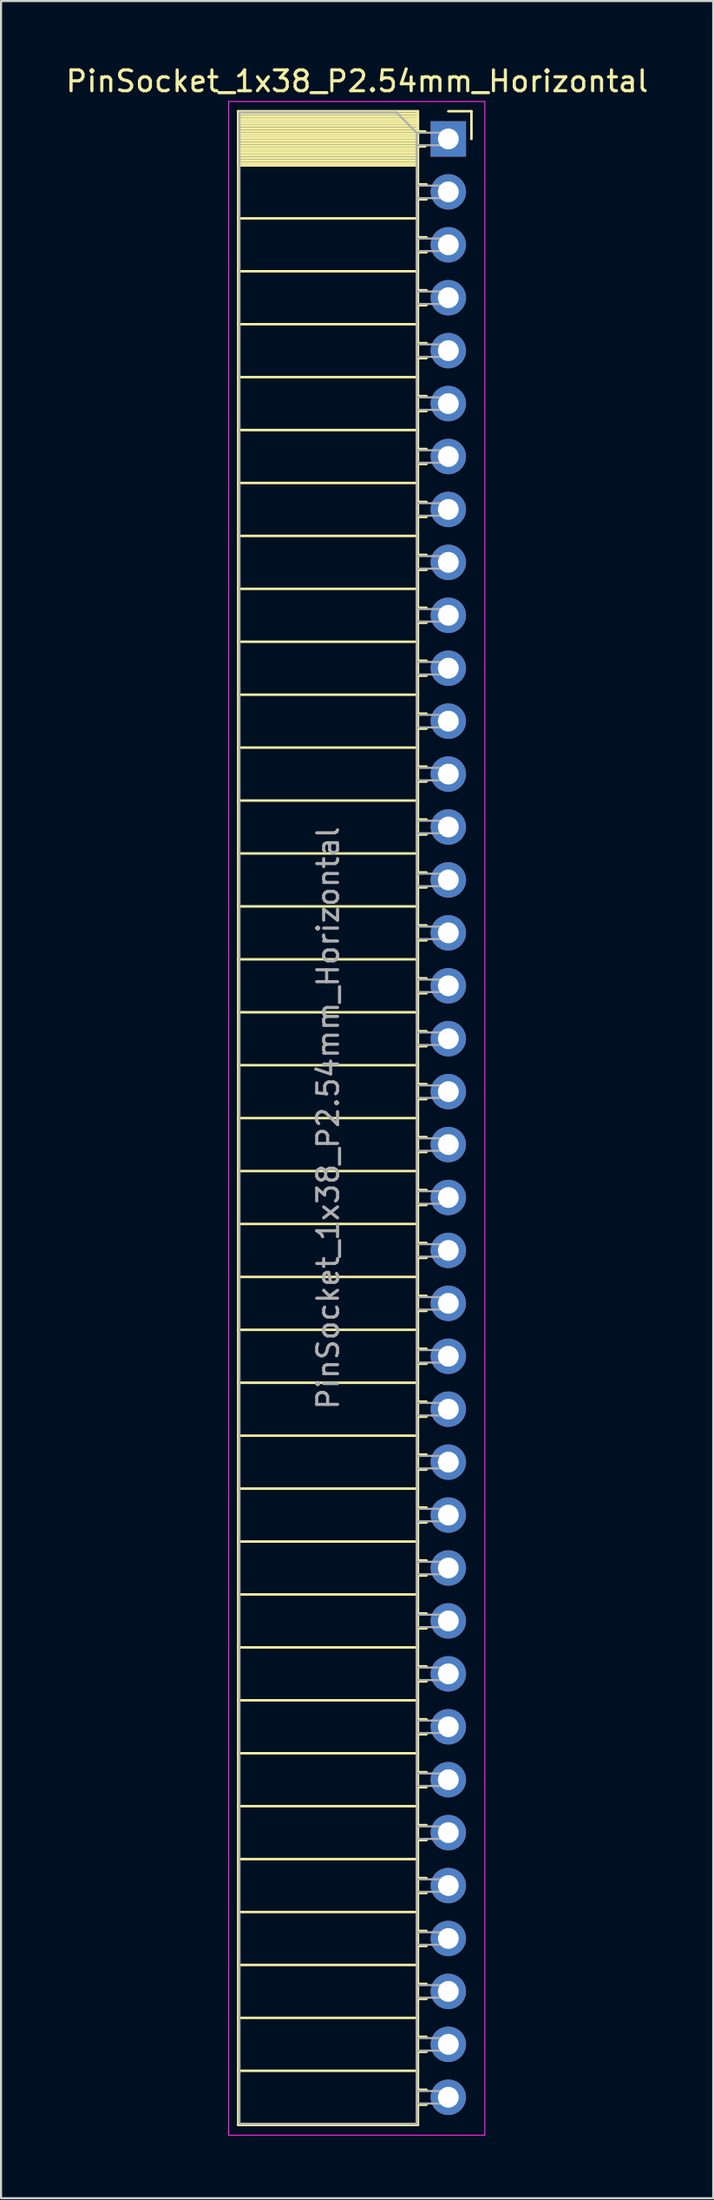
<source format=kicad_pcb>
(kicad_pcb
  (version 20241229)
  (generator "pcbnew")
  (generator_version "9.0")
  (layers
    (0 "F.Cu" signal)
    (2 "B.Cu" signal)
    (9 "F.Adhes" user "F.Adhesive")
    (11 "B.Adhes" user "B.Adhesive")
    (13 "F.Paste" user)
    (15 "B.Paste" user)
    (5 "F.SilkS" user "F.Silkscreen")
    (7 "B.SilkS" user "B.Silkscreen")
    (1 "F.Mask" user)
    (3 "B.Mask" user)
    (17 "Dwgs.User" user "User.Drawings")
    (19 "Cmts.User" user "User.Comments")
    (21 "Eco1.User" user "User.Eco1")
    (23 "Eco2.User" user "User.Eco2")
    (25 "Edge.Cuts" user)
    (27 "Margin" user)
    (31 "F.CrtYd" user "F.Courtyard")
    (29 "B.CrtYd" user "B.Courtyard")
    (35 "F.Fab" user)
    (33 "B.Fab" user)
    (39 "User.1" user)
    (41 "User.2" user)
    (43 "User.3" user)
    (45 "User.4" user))
  (footprint "PinSocket_1x38_P2.54mm_Horizontal"
    (layer "F.Cu")
    (at 18.481 3.618)
    (property "Reference" "PinSocket_1x38_P2.54mm_Horizontal" (at -4.38 -2.77 0) (layer "F.SilkS") (effects (font (size 1 1) (thickness 0.15))))
    (attr through_hole)
    (fp_line (start -10.09 -1.33) (end -10.09 95.31) (stroke (width 0.12) (type solid)) (layer "F.SilkS"))
    (fp_line (start -10.09 -1.33) (end -1.46 -1.33) (stroke (width 0.12) (type solid)) (layer "F.SilkS"))
    (fp_line (start -10.09 -1.21) (end -1.46 -1.21) (stroke (width 0.12) (type solid)) (layer "F.SilkS"))
    (fp_line (start -10.09 -1.092) (end -1.46 -1.092) (stroke (width 0.12) (type solid)) (layer "F.SilkS"))
    (fp_line (start -10.09 -0.974) (end -1.46 -0.974) (stroke (width 0.12) (type solid)) (layer "F.SilkS"))
    (fp_line (start -10.09 -0.856) (end -1.46 -0.856) (stroke (width 0.12) (type solid)) (layer "F.SilkS"))
    (fp_line (start -10.09 -0.738) (end -1.46 -0.738) (stroke (width 0.12) (type solid)) (layer "F.SilkS"))
    (fp_line (start -10.09 -0.62) (end -1.46 -0.62) (stroke (width 0.12) (type solid)) (layer "F.SilkS"))
    (fp_line (start -10.09 -0.501) (end -1.46 -0.501) (stroke (width 0.12) (type solid)) (layer "F.SilkS"))
    (fp_line (start -10.09 -0.383) (end -1.46 -0.383) (stroke (width 0.12) (type solid)) (layer "F.SilkS"))
    (fp_line (start -10.09 -0.265) (end -1.46 -0.265) (stroke (width 0.12) (type solid)) (layer "F.SilkS"))
    (fp_line (start -10.09 -0.147) (end -1.46 -0.147) (stroke (width 0.12) (type solid)) (layer "F.SilkS"))
    (fp_line (start -10.09 -0.029) (end -1.46 -0.029) (stroke (width 0.12) (type solid)) (layer "F.SilkS"))
    (fp_line (start -10.09 0.089) (end -1.46 0.089) (stroke (width 0.12) (type solid)) (layer "F.SilkS"))
    (fp_line (start -10.09 0.207) (end -1.46 0.207) (stroke (width 0.12) (type solid)) (layer "F.SilkS"))
    (fp_line (start -10.09 0.325) (end -1.46 0.325) (stroke (width 0.12) (type solid)) (layer "F.SilkS"))
    (fp_line (start -10.09 0.443) (end -1.46 0.443) (stroke (width 0.12) (type solid)) (layer "F.SilkS"))
    (fp_line (start -10.09 0.561) (end -1.46 0.561) (stroke (width 0.12) (type solid)) (layer "F.SilkS"))
    (fp_line (start -10.09 0.68) (end -1.46 0.68) (stroke (width 0.12) (type solid)) (layer "F.SilkS"))
    (fp_line (start -10.09 0.798) (end -1.46 0.798) (stroke (width 0.12) (type solid)) (layer "F.SilkS"))
    (fp_line (start -10.09 0.916) (end -1.46 0.916) (stroke (width 0.12) (type solid)) (layer "F.SilkS"))
    (fp_line (start -10.09 1.034) (end -1.46 1.034) (stroke (width 0.12) (type solid)) (layer "F.SilkS"))
    (fp_line (start -10.09 1.152) (end -1.46 1.152) (stroke (width 0.12) (type solid)) (layer "F.SilkS"))
    (fp_line (start -10.09 1.27) (end -1.46 1.27) (stroke (width 0.12) (type solid)) (layer "F.SilkS"))
    (fp_line (start -10.09 3.81) (end -1.46 3.81) (stroke (width 0.12) (type solid)) (layer "F.SilkS"))
    (fp_line (start -10.09 6.35) (end -1.46 6.35) (stroke (width 0.12) (type solid)) (layer "F.SilkS"))
    (fp_line (start -10.09 8.89) (end -1.46 8.89) (stroke (width 0.12) (type solid)) (layer "F.SilkS"))
    (fp_line (start -10.09 11.43) (end -1.46 11.43) (stroke (width 0.12) (type solid)) (layer "F.SilkS"))
    (fp_line (start -10.09 13.97) (end -1.46 13.97) (stroke (width 0.12) (type solid)) (layer "F.SilkS"))
    (fp_line (start -10.09 16.51) (end -1.46 16.51) (stroke (width 0.12) (type solid)) (layer "F.SilkS"))
    (fp_line (start -10.09 19.05) (end -1.46 19.05) (stroke (width 0.12) (type solid)) (layer "F.SilkS"))
    (fp_line (start -10.09 21.59) (end -1.46 21.59) (stroke (width 0.12) (type solid)) (layer "F.SilkS"))
    (fp_line (start -10.09 24.13) (end -1.46 24.13) (stroke (width 0.12) (type solid)) (layer "F.SilkS"))
    (fp_line (start -10.09 26.67) (end -1.46 26.67) (stroke (width 0.12) (type solid)) (layer "F.SilkS"))
    (fp_line (start -10.09 29.21) (end -1.46 29.21) (stroke (width 0.12) (type solid)) (layer "F.SilkS"))
    (fp_line (start -10.09 31.75) (end -1.46 31.75) (stroke (width 0.12) (type solid)) (layer "F.SilkS"))
    (fp_line (start -10.09 34.29) (end -1.46 34.29) (stroke (width 0.12) (type solid)) (layer "F.SilkS"))
    (fp_line (start -10.09 36.83) (end -1.46 36.83) (stroke (width 0.12) (type solid)) (layer "F.SilkS"))
    (fp_line (start -10.09 39.37) (end -1.46 39.37) (stroke (width 0.12) (type solid)) (layer "F.SilkS"))
    (fp_line (start -10.09 41.91) (end -1.46 41.91) (stroke (width 0.12) (type solid)) (layer "F.SilkS"))
    (fp_line (start -10.09 44.45) (end -1.46 44.45) (stroke (width 0.12) (type solid)) (layer "F.SilkS"))
    (fp_line (start -10.09 46.99) (end -1.46 46.99) (stroke (width 0.12) (type solid)) (layer "F.SilkS"))
    (fp_line (start -10.09 49.53) (end -1.46 49.53) (stroke (width 0.12) (type solid)) (layer "F.SilkS"))
    (fp_line (start -10.09 52.07) (end -1.46 52.07) (stroke (width 0.12) (type solid)) (layer "F.SilkS"))
    (fp_line (start -10.09 54.61) (end -1.46 54.61) (stroke (width 0.12) (type solid)) (layer "F.SilkS"))
    (fp_line (start -10.09 57.15) (end -1.46 57.15) (stroke (width 0.12) (type solid)) (layer "F.SilkS"))
    (fp_line (start -10.09 59.69) (end -1.46 59.69) (stroke (width 0.12) (type solid)) (layer "F.SilkS"))
    (fp_line (start -10.09 62.23) (end -1.46 62.23) (stroke (width 0.12) (type solid)) (layer "F.SilkS"))
    (fp_line (start -10.09 64.77) (end -1.46 64.77) (stroke (width 0.12) (type solid)) (layer "F.SilkS"))
    (fp_line (start -10.09 67.31) (end -1.46 67.31) (stroke (width 0.12) (type solid)) (layer "F.SilkS"))
    (fp_line (start -10.09 69.85) (end -1.46 69.85) (stroke (width 0.12) (type solid)) (layer "F.SilkS"))
    (fp_line (start -10.09 72.39) (end -1.46 72.39) (stroke (width 0.12) (type solid)) (layer "F.SilkS"))
    (fp_line (start -10.09 74.93) (end -1.46 74.93) (stroke (width 0.12) (type solid)) (layer "F.SilkS"))
    (fp_line (start -10.09 77.47) (end -1.46 77.47) (stroke (width 0.12) (type solid)) (layer "F.SilkS"))
    (fp_line (start -10.09 80.01) (end -1.46 80.01) (stroke (width 0.12) (type solid)) (layer "F.SilkS"))
    (fp_line (start -10.09 82.55) (end -1.46 82.55) (stroke (width 0.12) (type solid)) (layer "F.SilkS"))
    (fp_line (start -10.09 85.09) (end -1.46 85.09) (stroke (width 0.12) (type solid)) (layer "F.SilkS"))
    (fp_line (start -10.09 87.63) (end -1.46 87.63) (stroke (width 0.12) (type solid)) (layer "F.SilkS"))
    (fp_line (start -10.09 90.17) (end -1.46 90.17) (stroke (width 0.12) (type solid)) (layer "F.SilkS"))
    (fp_line (start -10.09 92.71) (end -1.46 92.71) (stroke (width 0.12) (type solid)) (layer "F.SilkS"))
    (fp_line (start -10.09 95.31) (end -1.46 95.31) (stroke (width 0.12) (type solid)) (layer "F.SilkS"))
    (fp_line (start -1.46 -1.33) (end -1.46 95.31) (stroke (width 0.12) (type solid)) (layer "F.SilkS"))
    (fp_line (start -1.46 -0.36) (end -1.11 -0.36) (stroke (width 0.12) (type solid)) (layer "F.SilkS"))
    (fp_line (start -1.46 0.36) (end -1.11 0.36) (stroke (width 0.12) (type solid)) (layer "F.SilkS"))
    (fp_line (start -1.46 2.18) (end -1.05 2.18) (stroke (width 0.12) (type solid)) (layer "F.SilkS"))
    (fp_line (start -1.46 2.9) (end -1.05 2.9) (stroke (width 0.12) (type solid)) (layer "F.SilkS"))
    (fp_line (start -1.46 4.72) (end -1.05 4.72) (stroke (width 0.12) (type solid)) (layer "F.SilkS"))
    (fp_line (start -1.46 5.44) (end -1.05 5.44) (stroke (width 0.12) (type solid)) (layer "F.SilkS"))
    (fp_line (start -1.46 7.26) (end -1.05 7.26) (stroke (width 0.12) (type solid)) (layer "F.SilkS"))
    (fp_line (start -1.46 7.98) (end -1.05 7.98) (stroke (width 0.12) (type solid)) (layer "F.SilkS"))
    (fp_line (start -1.46 9.8) (end -1.05 9.8) (stroke (width 0.12) (type solid)) (layer "F.SilkS"))
    (fp_line (start -1.46 10.52) (end -1.05 10.52) (stroke (width 0.12) (type solid)) (layer "F.SilkS"))
    (fp_line (start -1.46 12.34) (end -1.05 12.34) (stroke (width 0.12) (type solid)) (layer "F.SilkS"))
    (fp_line (start -1.46 13.06) (end -1.05 13.06) (stroke (width 0.12) (type solid)) (layer "F.SilkS"))
    (fp_line (start -1.46 14.88) (end -1.05 14.88) (stroke (width 0.12) (type solid)) (layer "F.SilkS"))
    (fp_line (start -1.46 15.6) (end -1.05 15.6) (stroke (width 0.12) (type solid)) (layer "F.SilkS"))
    (fp_line (start -1.46 17.42) (end -1.05 17.42) (stroke (width 0.12) (type solid)) (layer "F.SilkS"))
    (fp_line (start -1.46 18.14) (end -1.05 18.14) (stroke (width 0.12) (type solid)) (layer "F.SilkS"))
    (fp_line (start -1.46 19.96) (end -1.05 19.96) (stroke (width 0.12) (type solid)) (layer "F.SilkS"))
    (fp_line (start -1.46 20.68) (end -1.05 20.68) (stroke (width 0.12) (type solid)) (layer "F.SilkS"))
    (fp_line (start -1.46 22.5) (end -1.05 22.5) (stroke (width 0.12) (type solid)) (layer "F.SilkS"))
    (fp_line (start -1.46 23.22) (end -1.05 23.22) (stroke (width 0.12) (type solid)) (layer "F.SilkS"))
    (fp_line (start -1.46 25.04) (end -1.05 25.04) (stroke (width 0.12) (type solid)) (layer "F.SilkS"))
    (fp_line (start -1.46 25.76) (end -1.05 25.76) (stroke (width 0.12) (type solid)) (layer "F.SilkS"))
    (fp_line (start -1.46 27.58) (end -1.05 27.58) (stroke (width 0.12) (type solid)) (layer "F.SilkS"))
    (fp_line (start -1.46 28.3) (end -1.05 28.3) (stroke (width 0.12) (type solid)) (layer "F.SilkS"))
    (fp_line (start -1.46 30.12) (end -1.05 30.12) (stroke (width 0.12) (type solid)) (layer "F.SilkS"))
    (fp_line (start -1.46 30.84) (end -1.05 30.84) (stroke (width 0.12) (type solid)) (layer "F.SilkS"))
    (fp_line (start -1.46 32.66) (end -1.05 32.66) (stroke (width 0.12) (type solid)) (layer "F.SilkS"))
    (fp_line (start -1.46 33.38) (end -1.05 33.38) (stroke (width 0.12) (type solid)) (layer "F.SilkS"))
    (fp_line (start -1.46 35.2) (end -1.05 35.2) (stroke (width 0.12) (type solid)) (layer "F.SilkS"))
    (fp_line (start -1.46 35.92) (end -1.05 35.92) (stroke (width 0.12) (type solid)) (layer "F.SilkS"))
    (fp_line (start -1.46 37.74) (end -1.05 37.74) (stroke (width 0.12) (type solid)) (layer "F.SilkS"))
    (fp_line (start -1.46 38.46) (end -1.05 38.46) (stroke (width 0.12) (type solid)) (layer "F.SilkS"))
    (fp_line (start -1.46 40.28) (end -1.05 40.28) (stroke (width 0.12) (type solid)) (layer "F.SilkS"))
    (fp_line (start -1.46 41) (end -1.05 41) (stroke (width 0.12) (type solid)) (layer "F.SilkS"))
    (fp_line (start -1.46 42.82) (end -1.05 42.82) (stroke (width 0.12) (type solid)) (layer "F.SilkS"))
    (fp_line (start -1.46 43.54) (end -1.05 43.54) (stroke (width 0.12) (type solid)) (layer "F.SilkS"))
    (fp_line (start -1.46 45.36) (end -1.05 45.36) (stroke (width 0.12) (type solid)) (layer "F.SilkS"))
    (fp_line (start -1.46 46.08) (end -1.05 46.08) (stroke (width 0.12) (type solid)) (layer "F.SilkS"))
    (fp_line (start -1.46 47.9) (end -1.05 47.9) (stroke (width 0.12) (type solid)) (layer "F.SilkS"))
    (fp_line (start -1.46 48.62) (end -1.05 48.62) (stroke (width 0.12) (type solid)) (layer "F.SilkS"))
    (fp_line (start -1.46 50.44) (end -1.05 50.44) (stroke (width 0.12) (type solid)) (layer "F.SilkS"))
    (fp_line (start -1.46 51.16) (end -1.05 51.16) (stroke (width 0.12) (type solid)) (layer "F.SilkS"))
    (fp_line (start -1.46 52.98) (end -1.05 52.98) (stroke (width 0.12) (type solid)) (layer "F.SilkS"))
    (fp_line (start -1.46 53.7) (end -1.05 53.7) (stroke (width 0.12) (type solid)) (layer "F.SilkS"))
    (fp_line (start -1.46 55.52) (end -1.05 55.52) (stroke (width 0.12) (type solid)) (layer "F.SilkS"))
    (fp_line (start -1.46 56.24) (end -1.05 56.24) (stroke (width 0.12) (type solid)) (layer "F.SilkS"))
    (fp_line (start -1.46 58.06) (end -1.05 58.06) (stroke (width 0.12) (type solid)) (layer "F.SilkS"))
    (fp_line (start -1.46 58.78) (end -1.05 58.78) (stroke (width 0.12) (type solid)) (layer "F.SilkS"))
    (fp_line (start -1.46 60.6) (end -1.05 60.6) (stroke (width 0.12) (type solid)) (layer "F.SilkS"))
    (fp_line (start -1.46 61.32) (end -1.05 61.32) (stroke (width 0.12) (type solid)) (layer "F.SilkS"))
    (fp_line (start -1.46 63.14) (end -1.05 63.14) (stroke (width 0.12) (type solid)) (layer "F.SilkS"))
    (fp_line (start -1.46 63.86) (end -1.05 63.86) (stroke (width 0.12) (type solid)) (layer "F.SilkS"))
    (fp_line (start -1.46 65.68) (end -1.05 65.68) (stroke (width 0.12) (type solid)) (layer "F.SilkS"))
    (fp_line (start -1.46 66.4) (end -1.05 66.4) (stroke (width 0.12) (type solid)) (layer "F.SilkS"))
    (fp_line (start -1.46 68.22) (end -1.05 68.22) (stroke (width 0.12) (type solid)) (layer "F.SilkS"))
    (fp_line (start -1.46 68.94) (end -1.05 68.94) (stroke (width 0.12) (type solid)) (layer "F.SilkS"))
    (fp_line (start -1.46 70.76) (end -1.05 70.76) (stroke (width 0.12) (type solid)) (layer "F.SilkS"))
    (fp_line (start -1.46 71.48) (end -1.05 71.48) (stroke (width 0.12) (type solid)) (layer "F.SilkS"))
    (fp_line (start -1.46 73.3) (end -1.05 73.3) (stroke (width 0.12) (type solid)) (layer "F.SilkS"))
    (fp_line (start -1.46 74.02) (end -1.05 74.02) (stroke (width 0.12) (type solid)) (layer "F.SilkS"))
    (fp_line (start -1.46 75.84) (end -1.05 75.84) (stroke (width 0.12) (type solid)) (layer "F.SilkS"))
    (fp_line (start -1.46 76.56) (end -1.05 76.56) (stroke (width 0.12) (type solid)) (layer "F.SilkS"))
    (fp_line (start -1.46 78.38) (end -1.05 78.38) (stroke (width 0.12) (type solid)) (layer "F.SilkS"))
    (fp_line (start -1.46 79.1) (end -1.05 79.1) (stroke (width 0.12) (type solid)) (layer "F.SilkS"))
    (fp_line (start -1.46 80.92) (end -1.05 80.92) (stroke (width 0.12) (type solid)) (layer "F.SilkS"))
    (fp_line (start -1.46 81.64) (end -1.05 81.64) (stroke (width 0.12) (type solid)) (layer "F.SilkS"))
    (fp_line (start -1.46 83.46) (end -1.05 83.46) (stroke (width 0.12) (type solid)) (layer "F.SilkS"))
    (fp_line (start -1.46 84.18) (end -1.05 84.18) (stroke (width 0.12) (type solid)) (layer "F.SilkS"))
    (fp_line (start -1.46 86) (end -1.05 86) (stroke (width 0.12) (type solid)) (layer "F.SilkS"))
    (fp_line (start -1.46 86.72) (end -1.05 86.72) (stroke (width 0.12) (type solid)) (layer "F.SilkS"))
    (fp_line (start -1.46 88.54) (end -1.05 88.54) (stroke (width 0.12) (type solid)) (layer "F.SilkS"))
    (fp_line (start -1.46 89.26) (end -1.05 89.26) (stroke (width 0.12) (type solid)) (layer "F.SilkS"))
    (fp_line (start -1.46 91.08) (end -1.05 91.08) (stroke (width 0.12) (type solid)) (layer "F.SilkS"))
    (fp_line (start -1.46 91.8) (end -1.05 91.8) (stroke (width 0.12) (type solid)) (layer "F.SilkS"))
    (fp_line (start -1.46 93.62) (end -1.05 93.62) (stroke (width 0.12) (type solid)) (layer "F.SilkS"))
    (fp_line (start -1.46 94.34) (end -1.05 94.34) (stroke (width 0.12) (type solid)) (layer "F.SilkS"))
    (fp_line (start 0 -1.33) (end 1.11 -1.33) (stroke (width 0.12) (type solid)) (layer "F.SilkS"))
    (fp_line (start 1.11 -1.33) (end 1.11 0) (stroke (width 0.12) (type solid)) (layer "F.SilkS"))
    (fp_line (start -10.55 -1.8) (end -10.55 95.8) (stroke (width 0.05) (type solid)) (layer "F.CrtYd"))
    (fp_line (start -10.55 95.8) (end 1.75 95.8) (stroke (width 0.05) (type solid)) (layer "F.CrtYd"))
    (fp_line (start 1.75 -1.8) (end -10.55 -1.8) (stroke (width 0.05) (type solid)) (layer "F.CrtYd"))
    (fp_line (start 1.75 95.8) (end 1.75 -1.8) (stroke (width 0.05) (type solid)) (layer "F.CrtYd"))
    (fp_line (start -10.03 -1.27) (end -2.49 -1.27) (stroke (width 0.1) (type solid)) (layer "F.Fab"))
    (fp_line (start -10.03 95.25) (end -10.03 -1.27) (stroke (width 0.1) (type solid)) (layer "F.Fab"))
    (fp_line (start -2.49 -1.27) (end -1.52 -0.3) (stroke (width 0.1) (type solid)) (layer "F.Fab"))
    (fp_line (start -1.52 -0.3) (end -1.52 95.25) (stroke (width 0.1) (type solid)) (layer "F.Fab"))
    (fp_line (start -1.52 0.3) (end 0 0.3) (stroke (width 0.1) (type solid)) (layer "F.Fab"))
    (fp_line (start -1.52 2.84) (end 0 2.84) (stroke (width 0.1) (type solid)) (layer "F.Fab"))
    (fp_line (start -1.52 5.38) (end 0 5.38) (stroke (width 0.1) (type solid)) (layer "F.Fab"))
    (fp_line (start -1.52 7.92) (end 0 7.92) (stroke (width 0.1) (type solid)) (layer "F.Fab"))
    (fp_line (start -1.52 10.46) (end 0 10.46) (stroke (width 0.1) (type solid)) (layer "F.Fab"))
    (fp_line (start -1.52 13) (end 0 13) (stroke (width 0.1) (type solid)) (layer "F.Fab"))
    (fp_line (start -1.52 15.54) (end 0 15.54) (stroke (width 0.1) (type solid)) (layer "F.Fab"))
    (fp_line (start -1.52 18.08) (end 0 18.08) (stroke (width 0.1) (type solid)) (layer "F.Fab"))
    (fp_line (start -1.52 20.62) (end 0 20.62) (stroke (width 0.1) (type solid)) (layer "F.Fab"))
    (fp_line (start -1.52 23.16) (end 0 23.16) (stroke (width 0.1) (type solid)) (layer "F.Fab"))
    (fp_line (start -1.52 25.7) (end 0 25.7) (stroke (width 0.1) (type solid)) (layer "F.Fab"))
    (fp_line (start -1.52 28.24) (end 0 28.24) (stroke (width 0.1) (type solid)) (layer "F.Fab"))
    (fp_line (start -1.52 30.78) (end 0 30.78) (stroke (width 0.1) (type solid)) (layer "F.Fab"))
    (fp_line (start -1.52 33.32) (end 0 33.32) (stroke (width 0.1) (type solid)) (layer "F.Fab"))
    (fp_line (start -1.52 35.86) (end 0 35.86) (stroke (width 0.1) (type solid)) (layer "F.Fab"))
    (fp_line (start -1.52 38.4) (end 0 38.4) (stroke (width 0.1) (type solid)) (layer "F.Fab"))
    (fp_line (start -1.52 40.94) (end 0 40.94) (stroke (width 0.1) (type solid)) (layer "F.Fab"))
    (fp_line (start -1.52 43.48) (end 0 43.48) (stroke (width 0.1) (type solid)) (layer "F.Fab"))
    (fp_line (start -1.52 46.02) (end 0 46.02) (stroke (width 0.1) (type solid)) (layer "F.Fab"))
    (fp_line (start -1.52 48.56) (end 0 48.56) (stroke (width 0.1) (type solid)) (layer "F.Fab"))
    (fp_line (start -1.52 51.1) (end 0 51.1) (stroke (width 0.1) (type solid)) (layer "F.Fab"))
    (fp_line (start -1.52 53.64) (end 0 53.64) (stroke (width 0.1) (type solid)) (layer "F.Fab"))
    (fp_line (start -1.52 56.18) (end 0 56.18) (stroke (width 0.1) (type solid)) (layer "F.Fab"))
    (fp_line (start -1.52 58.72) (end 0 58.72) (stroke (width 0.1) (type solid)) (layer "F.Fab"))
    (fp_line (start -1.52 61.26) (end 0 61.26) (stroke (width 0.1) (type solid)) (layer "F.Fab"))
    (fp_line (start -1.52 63.8) (end 0 63.8) (stroke (width 0.1) (type solid)) (layer "F.Fab"))
    (fp_line (start -1.52 66.34) (end 0 66.34) (stroke (width 0.1) (type solid)) (layer "F.Fab"))
    (fp_line (start -1.52 68.88) (end 0 68.88) (stroke (width 0.1) (type solid)) (layer "F.Fab"))
    (fp_line (start -1.52 71.42) (end 0 71.42) (stroke (width 0.1) (type solid)) (layer "F.Fab"))
    (fp_line (start -1.52 73.96) (end 0 73.96) (stroke (width 0.1) (type solid)) (layer "F.Fab"))
    (fp_line (start -1.52 76.5) (end 0 76.5) (stroke (width 0.1) (type solid)) (layer "F.Fab"))
    (fp_line (start -1.52 79.04) (end 0 79.04) (stroke (width 0.1) (type solid)) (layer "F.Fab"))
    (fp_line (start -1.52 81.58) (end 0 81.58) (stroke (width 0.1) (type solid)) (layer "F.Fab"))
    (fp_line (start -1.52 84.12) (end 0 84.12) (stroke (width 0.1) (type solid)) (layer "F.Fab"))
    (fp_line (start -1.52 86.66) (end 0 86.66) (stroke (width 0.1) (type solid)) (layer "F.Fab"))
    (fp_line (start -1.52 89.2) (end 0 89.2) (stroke (width 0.1) (type solid)) (layer "F.Fab"))
    (fp_line (start -1.52 91.74) (end 0 91.74) (stroke (width 0.1) (type solid)) (layer "F.Fab"))
    (fp_line (start -1.52 94.28) (end 0 94.28) (stroke (width 0.1) (type solid)) (layer "F.Fab"))
    (fp_line (start -1.52 95.25) (end -10.03 95.25) (stroke (width 0.1) (type solid)) (layer "F.Fab"))
    (fp_line (start 0 -0.3) (end -1.52 -0.3) (stroke (width 0.1) (type solid)) (layer "F.Fab"))
    (fp_line (start 0 0.3) (end 0 -0.3) (stroke (width 0.1) (type solid)) (layer "F.Fab"))
    (fp_line (start 0 2.24) (end -1.52 2.24) (stroke (width 0.1) (type solid)) (layer "F.Fab"))
    (fp_line (start 0 2.84) (end 0 2.24) (stroke (width 0.1) (type solid)) (layer "F.Fab"))
    (fp_line (start 0 4.78) (end -1.52 4.78) (stroke (width 0.1) (type solid)) (layer "F.Fab"))
    (fp_line (start 0 5.38) (end 0 4.78) (stroke (width 0.1) (type solid)) (layer "F.Fab"))
    (fp_line (start 0 7.32) (end -1.52 7.32) (stroke (width 0.1) (type solid)) (layer "F.Fab"))
    (fp_line (start 0 7.92) (end 0 7.32) (stroke (width 0.1) (type solid)) (layer "F.Fab"))
    (fp_line (start 0 9.86) (end -1.52 9.86) (stroke (width 0.1) (type solid)) (layer "F.Fab"))
    (fp_line (start 0 10.46) (end 0 9.86) (stroke (width 0.1) (type solid)) (layer "F.Fab"))
    (fp_line (start 0 12.4) (end -1.52 12.4) (stroke (width 0.1) (type solid)) (layer "F.Fab"))
    (fp_line (start 0 13) (end 0 12.4) (stroke (width 0.1) (type solid)) (layer "F.Fab"))
    (fp_line (start 0 14.94) (end -1.52 14.94) (stroke (width 0.1) (type solid)) (layer "F.Fab"))
    (fp_line (start 0 15.54) (end 0 14.94) (stroke (width 0.1) (type solid)) (layer "F.Fab"))
    (fp_line (start 0 17.48) (end -1.52 17.48) (stroke (width 0.1) (type solid)) (layer "F.Fab"))
    (fp_line (start 0 18.08) (end 0 17.48) (stroke (width 0.1) (type solid)) (layer "F.Fab"))
    (fp_line (start 0 20.02) (end -1.52 20.02) (stroke (width 0.1) (type solid)) (layer "F.Fab"))
    (fp_line (start 0 20.62) (end 0 20.02) (stroke (width 0.1) (type solid)) (layer "F.Fab"))
    (fp_line (start 0 22.56) (end -1.52 22.56) (stroke (width 0.1) (type solid)) (layer "F.Fab"))
    (fp_line (start 0 23.16) (end 0 22.56) (stroke (width 0.1) (type solid)) (layer "F.Fab"))
    (fp_line (start 0 25.1) (end -1.52 25.1) (stroke (width 0.1) (type solid)) (layer "F.Fab"))
    (fp_line (start 0 25.7) (end 0 25.1) (stroke (width 0.1) (type solid)) (layer "F.Fab"))
    (fp_line (start 0 27.64) (end -1.52 27.64) (stroke (width 0.1) (type solid)) (layer "F.Fab"))
    (fp_line (start 0 28.24) (end 0 27.64) (stroke (width 0.1) (type solid)) (layer "F.Fab"))
    (fp_line (start 0 30.18) (end -1.52 30.18) (stroke (width 0.1) (type solid)) (layer "F.Fab"))
    (fp_line (start 0 30.78) (end 0 30.18) (stroke (width 0.1) (type solid)) (layer "F.Fab"))
    (fp_line (start 0 32.72) (end -1.52 32.72) (stroke (width 0.1) (type solid)) (layer "F.Fab"))
    (fp_line (start 0 33.32) (end 0 32.72) (stroke (width 0.1) (type solid)) (layer "F.Fab"))
    (fp_line (start 0 35.26) (end -1.52 35.26) (stroke (width 0.1) (type solid)) (layer "F.Fab"))
    (fp_line (start 0 35.86) (end 0 35.26) (stroke (width 0.1) (type solid)) (layer "F.Fab"))
    (fp_line (start 0 37.8) (end -1.52 37.8) (stroke (width 0.1) (type solid)) (layer "F.Fab"))
    (fp_line (start 0 38.4) (end 0 37.8) (stroke (width 0.1) (type solid)) (layer "F.Fab"))
    (fp_line (start 0 40.34) (end -1.52 40.34) (stroke (width 0.1) (type solid)) (layer "F.Fab"))
    (fp_line (start 0 40.94) (end 0 40.34) (stroke (width 0.1) (type solid)) (layer "F.Fab"))
    (fp_line (start 0 42.88) (end -1.52 42.88) (stroke (width 0.1) (type solid)) (layer "F.Fab"))
    (fp_line (start 0 43.48) (end 0 42.88) (stroke (width 0.1) (type solid)) (layer "F.Fab"))
    (fp_line (start 0 45.42) (end -1.52 45.42) (stroke (width 0.1) (type solid)) (layer "F.Fab"))
    (fp_line (start 0 46.02) (end 0 45.42) (stroke (width 0.1) (type solid)) (layer "F.Fab"))
    (fp_line (start 0 47.96) (end -1.52 47.96) (stroke (width 0.1) (type solid)) (layer "F.Fab"))
    (fp_line (start 0 48.56) (end 0 47.96) (stroke (width 0.1) (type solid)) (layer "F.Fab"))
    (fp_line (start 0 50.5) (end -1.52 50.5) (stroke (width 0.1) (type solid)) (layer "F.Fab"))
    (fp_line (start 0 51.1) (end 0 50.5) (stroke (width 0.1) (type solid)) (layer "F.Fab"))
    (fp_line (start 0 53.04) (end -1.52 53.04) (stroke (width 0.1) (type solid)) (layer "F.Fab"))
    (fp_line (start 0 53.64) (end 0 53.04) (stroke (width 0.1) (type solid)) (layer "F.Fab"))
    (fp_line (start 0 55.58) (end -1.52 55.58) (stroke (width 0.1) (type solid)) (layer "F.Fab"))
    (fp_line (start 0 56.18) (end 0 55.58) (stroke (width 0.1) (type solid)) (layer "F.Fab"))
    (fp_line (start 0 58.12) (end -1.52 58.12) (stroke (width 0.1) (type solid)) (layer "F.Fab"))
    (fp_line (start 0 58.72) (end 0 58.12) (stroke (width 0.1) (type solid)) (layer "F.Fab"))
    (fp_line (start 0 60.66) (end -1.52 60.66) (stroke (width 0.1) (type solid)) (layer "F.Fab"))
    (fp_line (start 0 61.26) (end 0 60.66) (stroke (width 0.1) (type solid)) (layer "F.Fab"))
    (fp_line (start 0 63.2) (end -1.52 63.2) (stroke (width 0.1) (type solid)) (layer "F.Fab"))
    (fp_line (start 0 63.8) (end 0 63.2) (stroke (width 0.1) (type solid)) (layer "F.Fab"))
    (fp_line (start 0 65.74) (end -1.52 65.74) (stroke (width 0.1) (type solid)) (layer "F.Fab"))
    (fp_line (start 0 66.34) (end 0 65.74) (stroke (width 0.1) (type solid)) (layer "F.Fab"))
    (fp_line (start 0 68.28) (end -1.52 68.28) (stroke (width 0.1) (type solid)) (layer "F.Fab"))
    (fp_line (start 0 68.88) (end 0 68.28) (stroke (width 0.1) (type solid)) (layer "F.Fab"))
    (fp_line (start 0 70.82) (end -1.52 70.82) (stroke (width 0.1) (type solid)) (layer "F.Fab"))
    (fp_line (start 0 71.42) (end 0 70.82) (stroke (width 0.1) (type solid)) (layer "F.Fab"))
    (fp_line (start 0 73.36) (end -1.52 73.36) (stroke (width 0.1) (type solid)) (layer "F.Fab"))
    (fp_line (start 0 73.96) (end 0 73.36) (stroke (width 0.1) (type solid)) (layer "F.Fab"))
    (fp_line (start 0 75.9) (end -1.52 75.9) (stroke (width 0.1) (type solid)) (layer "F.Fab"))
    (fp_line (start 0 76.5) (end 0 75.9) (stroke (width 0.1) (type solid)) (layer "F.Fab"))
    (fp_line (start 0 78.44) (end -1.52 78.44) (stroke (width 0.1) (type solid)) (layer "F.Fab"))
    (fp_line (start 0 79.04) (end 0 78.44) (stroke (width 0.1) (type solid)) (layer "F.Fab"))
    (fp_line (start 0 80.98) (end -1.52 80.98) (stroke (width 0.1) (type solid)) (layer "F.Fab"))
    (fp_line (start 0 81.58) (end 0 80.98) (stroke (width 0.1) (type solid)) (layer "F.Fab"))
    (fp_line (start 0 83.52) (end -1.52 83.52) (stroke (width 0.1) (type solid)) (layer "F.Fab"))
    (fp_line (start 0 84.12) (end 0 83.52) (stroke (width 0.1) (type solid)) (layer "F.Fab"))
    (fp_line (start 0 86.06) (end -1.52 86.06) (stroke (width 0.1) (type solid)) (layer "F.Fab"))
    (fp_line (start 0 86.66) (end 0 86.06) (stroke (width 0.1) (type solid)) (layer "F.Fab"))
    (fp_line (start 0 88.6) (end -1.52 88.6) (stroke (width 0.1) (type solid)) (layer "F.Fab"))
    (fp_line (start 0 89.2) (end 0 88.6) (stroke (width 0.1) (type solid)) (layer "F.Fab"))
    (fp_line (start 0 91.14) (end -1.52 91.14) (stroke (width 0.1) (type solid)) (layer "F.Fab"))
    (fp_line (start 0 91.74) (end 0 91.14) (stroke (width 0.1) (type solid)) (layer "F.Fab"))
    (fp_line (start 0 93.68) (end -1.52 93.68) (stroke (width 0.1) (type solid)) (layer "F.Fab"))
    (fp_line (start 0 94.28) (end 0 93.68) (stroke (width 0.1) (type solid)) (layer "F.Fab"))
    (fp_text user "${REFERENCE}" (at -5.775 46.99 90) (layer "F.Fab") (effects (font (size 1 1) (thickness 0.15))))
    (pad "1" thru_hole rect (at 0 0) (size 1.7 1.7) (drill 1) (layers "*.Cu" "*.Mask"))
    (pad "2" thru_hole circle (at 0 2.54) (size 1.7 1.7) (drill 1) (layers "*.Cu" "*.Mask"))
    (pad "3" thru_hole circle (at 0 5.08) (size 1.7 1.7) (drill 1) (layers "*.Cu" "*.Mask"))
    (pad "4" thru_hole circle (at 0 7.62) (size 1.7 1.7) (drill 1) (layers "*.Cu" "*.Mask"))
    (pad "5" thru_hole circle (at 0 10.16) (size 1.7 1.7) (drill 1) (layers "*.Cu" "*.Mask"))
    (pad "6" thru_hole circle (at 0 12.7) (size 1.7 1.7) (drill 1) (layers "*.Cu" "*.Mask"))
    (pad "7" thru_hole circle (at 0 15.24) (size 1.7 1.7) (drill 1) (layers "*.Cu" "*.Mask"))
    (pad "8" thru_hole circle (at 0 17.78) (size 1.7 1.7) (drill 1) (layers "*.Cu" "*.Mask"))
    (pad "9" thru_hole circle (at 0 20.32) (size 1.7 1.7) (drill 1) (layers "*.Cu" "*.Mask"))
    (pad "10" thru_hole circle (at 0 22.86) (size 1.7 1.7) (drill 1) (layers "*.Cu" "*.Mask"))
    (pad "11" thru_hole circle (at 0 25.4) (size 1.7 1.7) (drill 1) (layers "*.Cu" "*.Mask"))
    (pad "12" thru_hole circle (at 0 27.94) (size 1.7 1.7) (drill 1) (layers "*.Cu" "*.Mask"))
    (pad "13" thru_hole circle (at 0 30.48) (size 1.7 1.7) (drill 1) (layers "*.Cu" "*.Mask"))
    (pad "14" thru_hole circle (at 0 33.02) (size 1.7 1.7) (drill 1) (layers "*.Cu" "*.Mask"))
    (pad "15" thru_hole circle (at 0 35.56) (size 1.7 1.7) (drill 1) (layers "*.Cu" "*.Mask"))
    (pad "16" thru_hole circle (at 0 38.1) (size 1.7 1.7) (drill 1) (layers "*.Cu" "*.Mask"))
    (pad "17" thru_hole circle (at 0 40.64) (size 1.7 1.7) (drill 1) (layers "*.Cu" "*.Mask"))
    (pad "18" thru_hole circle (at 0 43.18) (size 1.7 1.7) (drill 1) (layers "*.Cu" "*.Mask"))
    (pad "19" thru_hole circle (at 0 45.72) (size 1.7 1.7) (drill 1) (layers "*.Cu" "*.Mask"))
    (pad "20" thru_hole circle (at 0 48.26) (size 1.7 1.7) (drill 1) (layers "*.Cu" "*.Mask"))
    (pad "21" thru_hole circle (at 0 50.8) (size 1.7 1.7) (drill 1) (layers "*.Cu" "*.Mask"))
    (pad "22" thru_hole circle (at 0 53.34) (size 1.7 1.7) (drill 1) (layers "*.Cu" "*.Mask"))
    (pad "23" thru_hole circle (at 0 55.88) (size 1.7 1.7) (drill 1) (layers "*.Cu" "*.Mask"))
    (pad "24" thru_hole circle (at 0 58.42) (size 1.7 1.7) (drill 1) (layers "*.Cu" "*.Mask"))
    (pad "25" thru_hole circle (at 0 60.96) (size 1.7 1.7) (drill 1) (layers "*.Cu" "*.Mask"))
    (pad "26" thru_hole circle (at 0 63.5) (size 1.7 1.7) (drill 1) (layers "*.Cu" "*.Mask"))
    (pad "27" thru_hole circle (at 0 66.04) (size 1.7 1.7) (drill 1) (layers "*.Cu" "*.Mask"))
    (pad "28" thru_hole circle (at 0 68.58) (size 1.7 1.7) (drill 1) (layers "*.Cu" "*.Mask"))
    (pad "29" thru_hole circle (at 0 71.12) (size 1.7 1.7) (drill 1) (layers "*.Cu" "*.Mask"))
    (pad "30" thru_hole circle (at 0 73.66) (size 1.7 1.7) (drill 1) (layers "*.Cu" "*.Mask"))
    (pad "31" thru_hole circle (at 0 76.2) (size 1.7 1.7) (drill 1) (layers "*.Cu" "*.Mask"))
    (pad "32" thru_hole circle (at 0 78.74) (size 1.7 1.7) (drill 1) (layers "*.Cu" "*.Mask"))
    (pad "33" thru_hole circle (at 0 81.28) (size 1.7 1.7) (drill 1) (layers "*.Cu" "*.Mask"))
    (pad "34" thru_hole circle (at 0 83.82) (size 1.7 1.7) (drill 1) (layers "*.Cu" "*.Mask"))
    (pad "35" thru_hole circle (at 0 86.36) (size 1.7 1.7) (drill 1) (layers "*.Cu" "*.Mask"))
    (pad "36" thru_hole circle (at 0 88.9) (size 1.7 1.7) (drill 1) (layers "*.Cu" "*.Mask"))
    (pad "37" thru_hole circle (at 0 91.44) (size 1.7 1.7) (drill 1) (layers "*.Cu" "*.Mask"))
    (pad "38" thru_hole circle (at 0 93.98) (size 1.7 1.7) (drill 1) (layers "*.Cu" "*.Mask")))
  (gr_rect
    (start -3 -3)
    (end 31.202 102.443)
    (stroke (width 0.1) (type default))
    (fill no)
    (layer "Edge.Cuts")))
</source>
